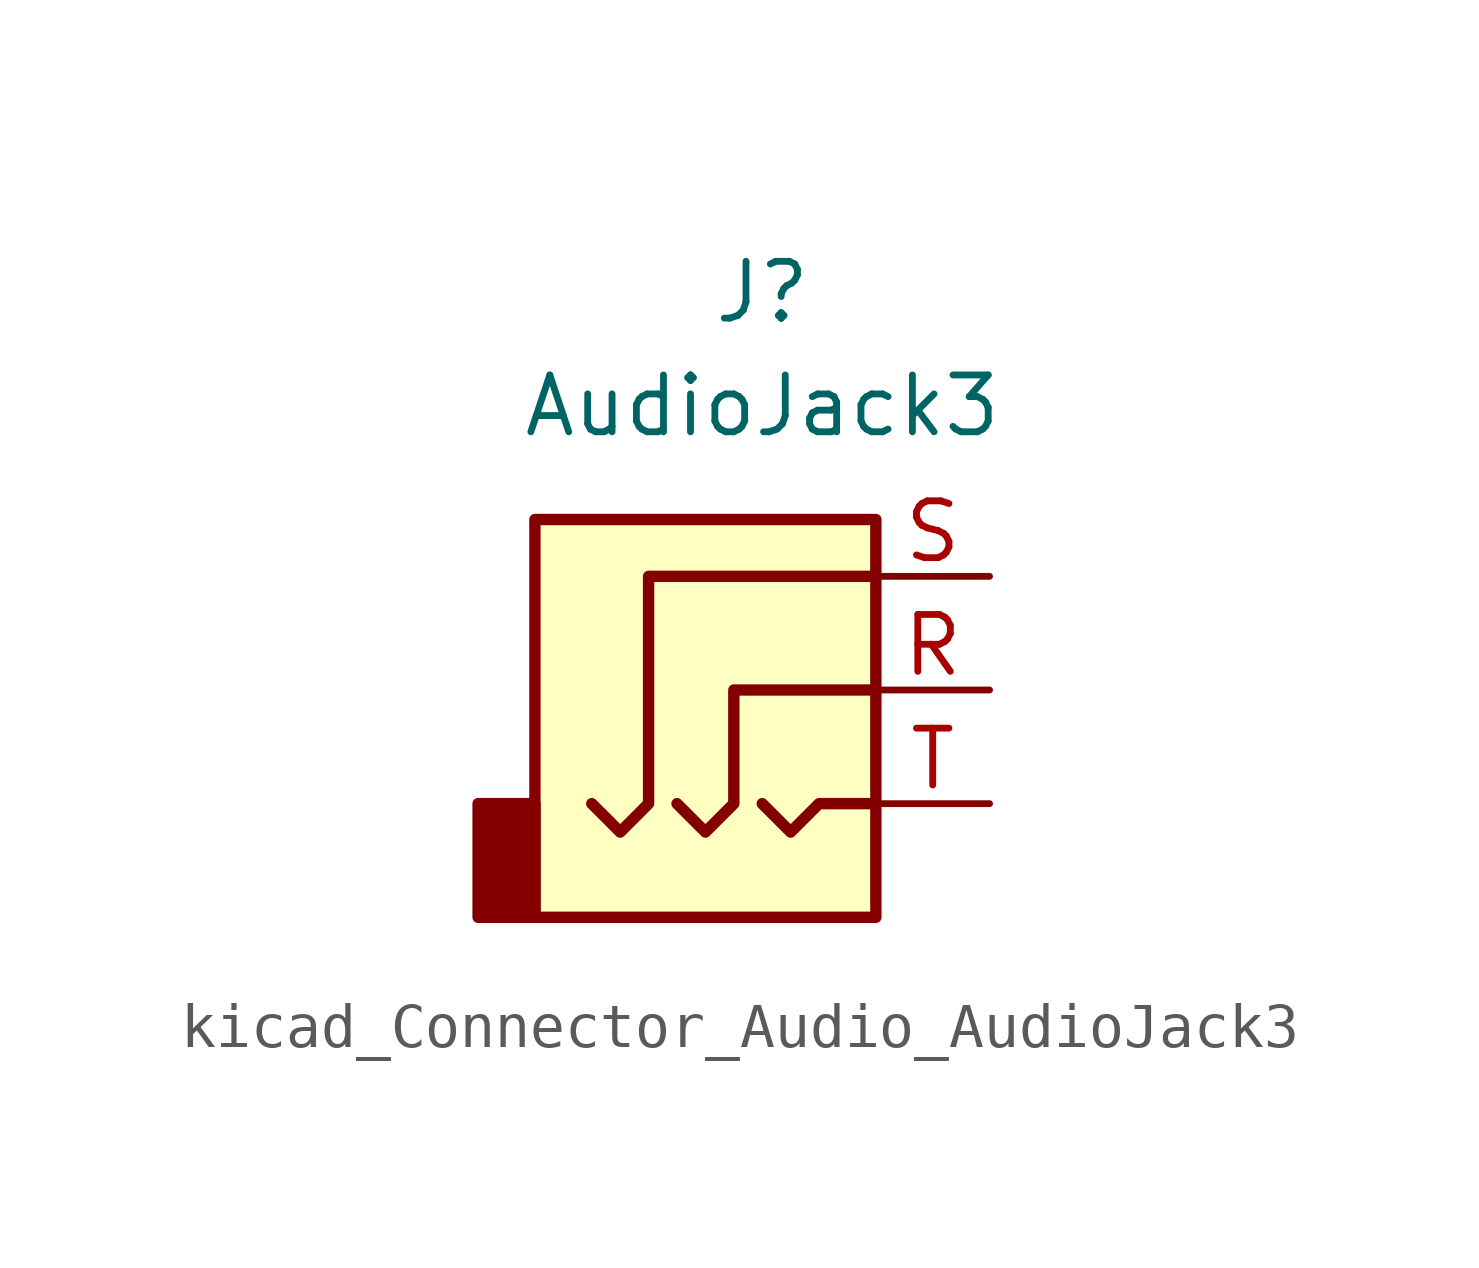
<source format=kicad_sym>
(kicad_symbol_lib
  (version 20220914)
  (generator kicad_symbol_editor)
  (symbol "kicad_Connector_Audio_AudioJack3"
    (property "Reference" "J"
      (at 0 8.89 0)
      (effects (font (size 1.27 1.27))))
    (property "Value" "AudioJack3"
      (at 0 6.35 0)
      (effects (font (size 1.27 1.27))))
    (symbol "kicad_Connector_Audio_AudioJack3_0_1"
      (rectangle (start -5.08 -5.08) (end -6.35 -2.54) (stroke (width 0.254) (type default)) (fill (type outline)))
      (polyline (pts (xy 0 -2.54) (xy 0.635 -3.175) (xy 1.27 -2.54) (xy 2.54 -2.54)) (stroke (width 0.254) (type default)) (fill (type none)))
      (polyline (pts (xy -1.905 -2.54) (xy -1.27 -3.175) (xy -0.635 -2.54) (xy -0.635 0) (xy 2.54 0)) (stroke (width 0.254) (type default)) (fill (type none)))
      (polyline (pts (xy 2.54 2.54) (xy -2.54 2.54) (xy -2.54 -2.54) (xy -3.175 -3.175) (xy -3.81 -2.54)) (stroke (width 0.254) (type default)) (fill (type none)))
      (rectangle (start 2.54 3.81) (end -5.08 -5.08) (stroke (width 0.254) (type default)) (fill (type background))))
    (symbol "kicad_Connector_Audio_AudioJack3_1_1"
      (pin passive line (at 5.08 0 180) (length 2.54) (name "~" (effects (font (size 1.27 1.27)))) (number "R" (effects (font (size 1.27 1.27)))))
      (pin passive line (at 5.08 2.54 180) (length 2.54) (name "~" (effects (font (size 1.27 1.27)))) (number "S" (effects (font (size 1.27 1.27)))))
      (pin passive line (at 5.08 -2.54 180) (length 2.54) (name "~" (effects (font (size 1.27 1.27)))) (number "T" (effects (font (size 1.27 1.27))))))))
</source>
